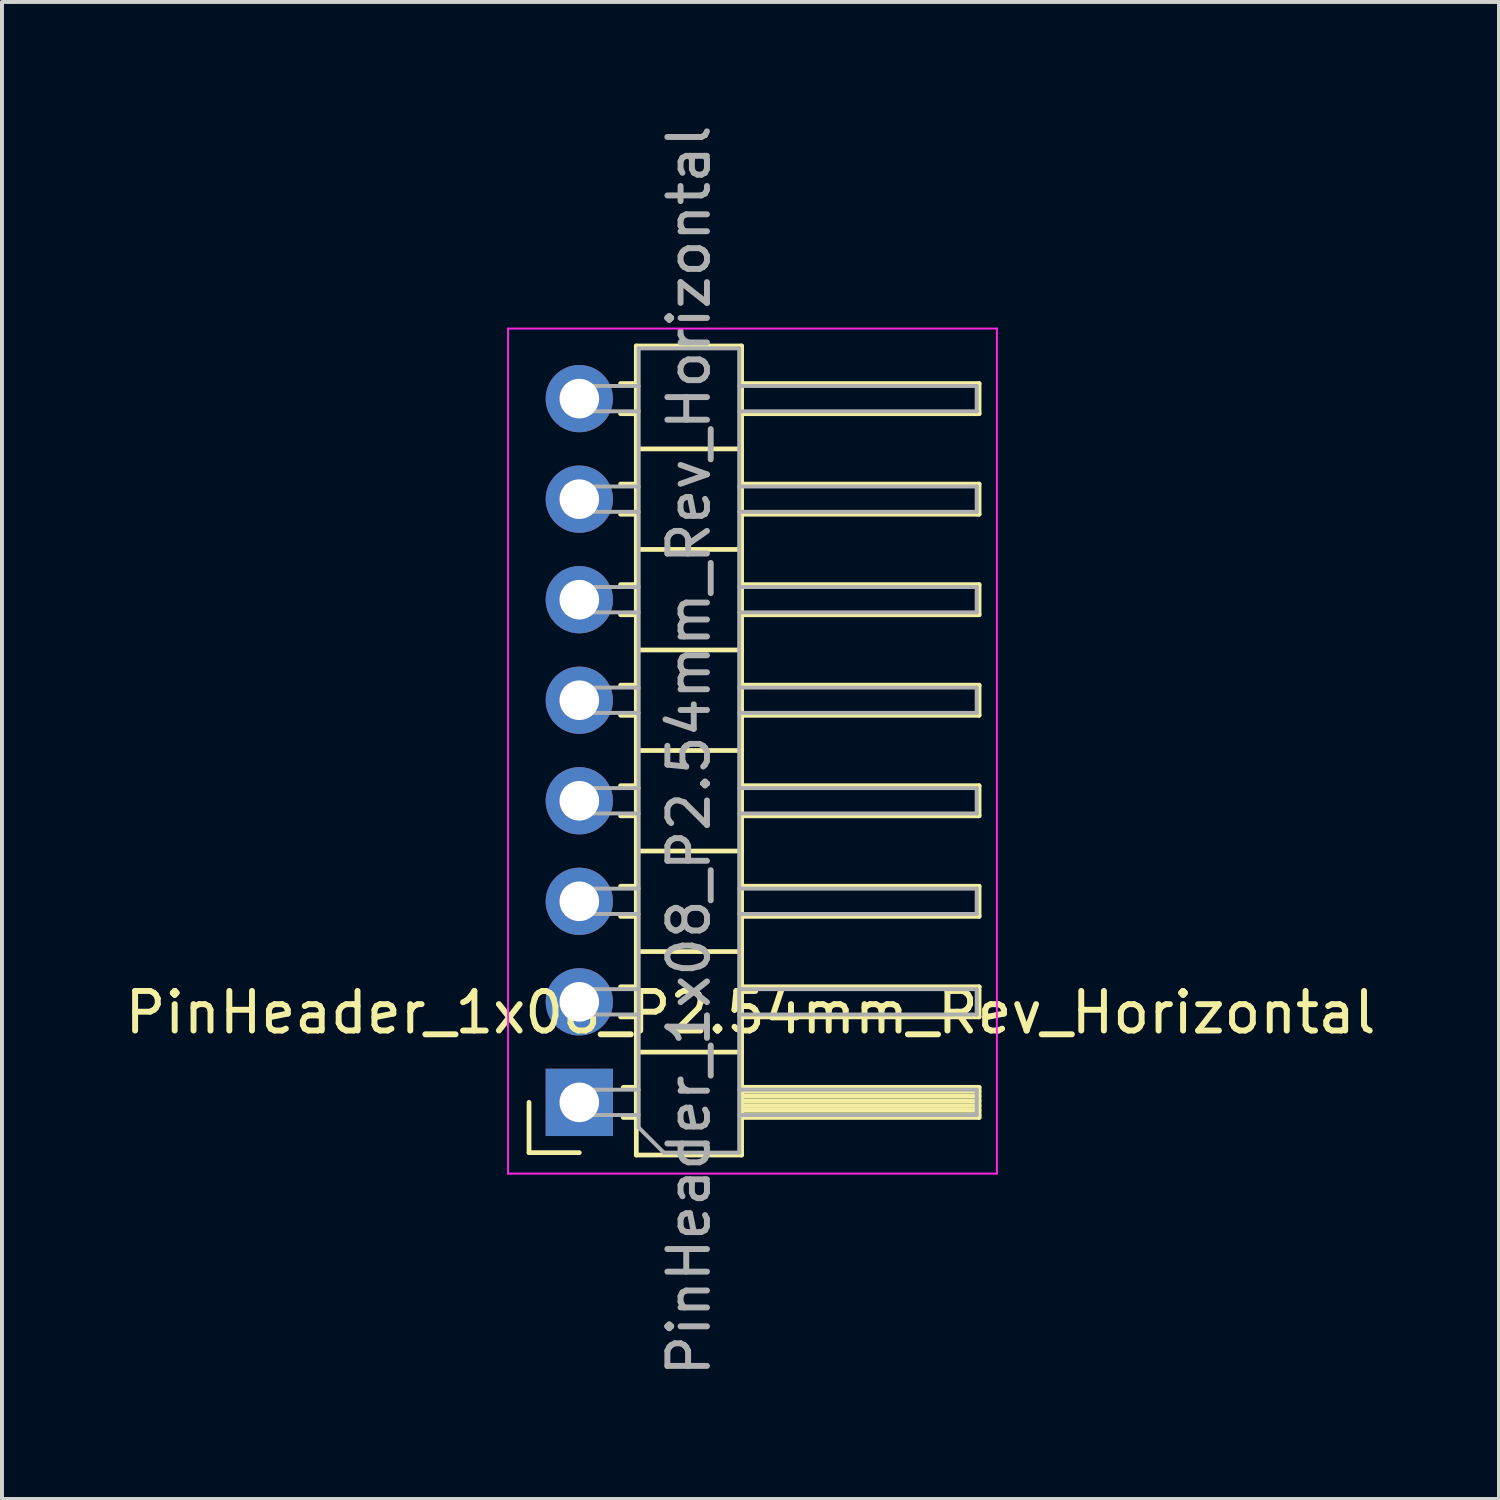
<source format=kicad_pcb>
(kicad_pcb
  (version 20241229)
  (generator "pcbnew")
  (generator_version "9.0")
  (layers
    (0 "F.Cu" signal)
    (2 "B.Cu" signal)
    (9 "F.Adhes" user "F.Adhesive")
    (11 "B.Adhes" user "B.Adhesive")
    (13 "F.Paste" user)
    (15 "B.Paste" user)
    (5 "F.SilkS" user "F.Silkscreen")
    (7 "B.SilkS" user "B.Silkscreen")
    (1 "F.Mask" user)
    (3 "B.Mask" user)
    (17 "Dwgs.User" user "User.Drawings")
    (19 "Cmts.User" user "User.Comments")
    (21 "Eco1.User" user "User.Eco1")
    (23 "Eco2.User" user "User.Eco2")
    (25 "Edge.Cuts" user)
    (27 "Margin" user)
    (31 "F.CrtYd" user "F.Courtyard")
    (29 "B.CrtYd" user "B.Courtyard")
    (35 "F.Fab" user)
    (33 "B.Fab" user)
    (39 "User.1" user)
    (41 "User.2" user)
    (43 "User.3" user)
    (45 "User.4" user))
  (footprint "PinHeader_1x08_P2.54mm_Rev_Horizontal"
    (layer "F.Cu")
    (at 11.566 6.961)
    (property "Reference" "PinHeader_1x08_P2.54mm_Rev_Horizontal" (at 4.345 15.57 0) (layer "F.SilkS") (effects (font (size 1 1) (thickness 0.15))))
    (attr through_hole)
    (fp_line (start -1.25 17.84) (end -1.25 19.11) (stroke (width 0.12) (type solid)) (layer "F.SilkS"))
    (fp_line (start -1.25 19.11) (end 0.02 19.11) (stroke (width 0.12) (type solid)) (layer "F.SilkS"))
    (fp_line (start 1.063 -0.32) (end 1.46 -0.32) (stroke (width 0.12) (type solid)) (layer "F.SilkS"))
    (fp_line (start 1.063 0.44) (end 1.46 0.44) (stroke (width 0.12) (type solid)) (layer "F.SilkS"))
    (fp_line (start 1.063 2.22) (end 1.46 2.22) (stroke (width 0.12) (type solid)) (layer "F.SilkS"))
    (fp_line (start 1.063 2.98) (end 1.46 2.98) (stroke (width 0.12) (type solid)) (layer "F.SilkS"))
    (fp_line (start 1.063 4.76) (end 1.46 4.76) (stroke (width 0.12) (type solid)) (layer "F.SilkS"))
    (fp_line (start 1.063 5.52) (end 1.46 5.52) (stroke (width 0.12) (type solid)) (layer "F.SilkS"))
    (fp_line (start 1.063 7.3) (end 1.46 7.3) (stroke (width 0.12) (type solid)) (layer "F.SilkS"))
    (fp_line (start 1.063 8.06) (end 1.46 8.06) (stroke (width 0.12) (type solid)) (layer "F.SilkS"))
    (fp_line (start 1.063 9.84) (end 1.46 9.84) (stroke (width 0.12) (type solid)) (layer "F.SilkS"))
    (fp_line (start 1.063 10.6) (end 1.46 10.6) (stroke (width 0.12) (type solid)) (layer "F.SilkS"))
    (fp_line (start 1.063 12.38) (end 1.46 12.38) (stroke (width 0.12) (type solid)) (layer "F.SilkS"))
    (fp_line (start 1.063 13.14) (end 1.46 13.14) (stroke (width 0.12) (type solid)) (layer "F.SilkS"))
    (fp_line (start 1.063 14.92) (end 1.46 14.92) (stroke (width 0.12) (type solid)) (layer "F.SilkS"))
    (fp_line (start 1.063 15.68) (end 1.46 15.68) (stroke (width 0.12) (type solid)) (layer "F.SilkS"))
    (fp_line (start 1.13 17.46) (end 1.46 17.46) (stroke (width 0.12) (type solid)) (layer "F.SilkS"))
    (fp_line (start 1.13 18.22) (end 1.46 18.22) (stroke (width 0.12) (type solid)) (layer "F.SilkS"))
    (fp_line (start 1.46 -1.27) (end 4.12 -1.27) (stroke (width 0.12) (type solid)) (layer "F.SilkS"))
    (fp_line (start 1.46 1.33) (end 4.12 1.33) (stroke (width 0.12) (type solid)) (layer "F.SilkS"))
    (fp_line (start 1.46 3.87) (end 4.12 3.87) (stroke (width 0.12) (type solid)) (layer "F.SilkS"))
    (fp_line (start 1.46 6.41) (end 4.12 6.41) (stroke (width 0.12) (type solid)) (layer "F.SilkS"))
    (fp_line (start 1.46 8.95) (end 4.12 8.95) (stroke (width 0.12) (type solid)) (layer "F.SilkS"))
    (fp_line (start 1.46 11.49) (end 4.12 11.49) (stroke (width 0.12) (type solid)) (layer "F.SilkS"))
    (fp_line (start 1.46 14.03) (end 4.12 14.03) (stroke (width 0.12) (type solid)) (layer "F.SilkS"))
    (fp_line (start 1.46 16.57) (end 4.12 16.57) (stroke (width 0.12) (type solid)) (layer "F.SilkS"))
    (fp_line (start 1.46 19.17) (end 1.46 -1.27) (stroke (width 0.12) (type solid)) (layer "F.SilkS"))
    (fp_line (start 4.12 -1.27) (end 4.12 19.17) (stroke (width 0.12) (type solid)) (layer "F.SilkS"))
    (fp_line (start 4.12 0.44) (end 10.12 0.44) (stroke (width 0.12) (type solid)) (layer "F.SilkS"))
    (fp_line (start 4.12 2.98) (end 10.12 2.98) (stroke (width 0.12) (type solid)) (layer "F.SilkS"))
    (fp_line (start 4.12 5.52) (end 10.12 5.52) (stroke (width 0.12) (type solid)) (layer "F.SilkS"))
    (fp_line (start 4.12 8.06) (end 10.12 8.06) (stroke (width 0.12) (type solid)) (layer "F.SilkS"))
    (fp_line (start 4.12 10.6) (end 10.12 10.6) (stroke (width 0.12) (type solid)) (layer "F.SilkS"))
    (fp_line (start 4.12 13.14) (end 10.12 13.14) (stroke (width 0.12) (type solid)) (layer "F.SilkS"))
    (fp_line (start 4.12 15.68) (end 10.12 15.68) (stroke (width 0.12) (type solid)) (layer "F.SilkS"))
    (fp_line (start 4.12 17.56) (end 10.12 17.56) (stroke (width 0.12) (type solid)) (layer "F.SilkS"))
    (fp_line (start 4.12 17.68) (end 10.12 17.68) (stroke (width 0.12) (type solid)) (layer "F.SilkS"))
    (fp_line (start 4.12 17.8) (end 10.12 17.8) (stroke (width 0.12) (type solid)) (layer "F.SilkS"))
    (fp_line (start 4.12 17.92) (end 10.12 17.92) (stroke (width 0.12) (type solid)) (layer "F.SilkS"))
    (fp_line (start 4.12 18.04) (end 10.12 18.04) (stroke (width 0.12) (type solid)) (layer "F.SilkS"))
    (fp_line (start 4.12 18.16) (end 10.12 18.16) (stroke (width 0.12) (type solid)) (layer "F.SilkS"))
    (fp_line (start 4.12 18.22) (end 10.12 18.22) (stroke (width 0.12) (type solid)) (layer "F.SilkS"))
    (fp_line (start 4.12 19.17) (end 1.46 19.17) (stroke (width 0.12) (type solid)) (layer "F.SilkS"))
    (fp_line (start 10.12 -0.32) (end 4.12 -0.32) (stroke (width 0.12) (type solid)) (layer "F.SilkS"))
    (fp_line (start 10.12 0.44) (end 10.12 -0.32) (stroke (width 0.12) (type solid)) (layer "F.SilkS"))
    (fp_line (start 10.12 2.22) (end 4.12 2.22) (stroke (width 0.12) (type solid)) (layer "F.SilkS"))
    (fp_line (start 10.12 2.98) (end 10.12 2.22) (stroke (width 0.12) (type solid)) (layer "F.SilkS"))
    (fp_line (start 10.12 4.76) (end 4.12 4.76) (stroke (width 0.12) (type solid)) (layer "F.SilkS"))
    (fp_line (start 10.12 5.52) (end 10.12 4.76) (stroke (width 0.12) (type solid)) (layer "F.SilkS"))
    (fp_line (start 10.12 7.3) (end 4.12 7.3) (stroke (width 0.12) (type solid)) (layer "F.SilkS"))
    (fp_line (start 10.12 8.06) (end 10.12 7.3) (stroke (width 0.12) (type solid)) (layer "F.SilkS"))
    (fp_line (start 10.12 9.84) (end 4.12 9.84) (stroke (width 0.12) (type solid)) (layer "F.SilkS"))
    (fp_line (start 10.12 10.6) (end 10.12 9.84) (stroke (width 0.12) (type solid)) (layer "F.SilkS"))
    (fp_line (start 10.12 12.38) (end 4.12 12.38) (stroke (width 0.12) (type solid)) (layer "F.SilkS"))
    (fp_line (start 10.12 13.14) (end 10.12 12.38) (stroke (width 0.12) (type solid)) (layer "F.SilkS"))
    (fp_line (start 10.12 14.92) (end 4.12 14.92) (stroke (width 0.12) (type solid)) (layer "F.SilkS"))
    (fp_line (start 10.12 15.68) (end 10.12 14.92) (stroke (width 0.12) (type solid)) (layer "F.SilkS"))
    (fp_line (start 10.12 17.46) (end 4.12 17.46) (stroke (width 0.12) (type solid)) (layer "F.SilkS"))
    (fp_line (start 10.12 18.22) (end 10.12 17.46) (stroke (width 0.12) (type solid)) (layer "F.SilkS"))
    (fp_line (start -1.78 -1.71) (end 10.57 -1.71) (stroke (width 0.05) (type solid)) (layer "F.CrtYd"))
    (fp_line (start -1.78 19.64) (end -1.78 -1.71) (stroke (width 0.05) (type solid)) (layer "F.CrtYd"))
    (fp_line (start 10.57 -1.71) (end 10.57 19.64) (stroke (width 0.05) (type solid)) (layer "F.CrtYd"))
    (fp_line (start 10.57 19.64) (end -1.78 19.64) (stroke (width 0.05) (type solid)) (layer "F.CrtYd"))
    (fp_line (start -0.3 -0.26) (end 1.52 -0.26) (stroke (width 0.1) (type solid)) (layer "F.Fab"))
    (fp_line (start -0.3 0.38) (end -0.3 -0.26) (stroke (width 0.1) (type solid)) (layer "F.Fab"))
    (fp_line (start -0.3 0.38) (end 1.52 0.38) (stroke (width 0.1) (type solid)) (layer "F.Fab"))
    (fp_line (start -0.3 2.28) (end 1.52 2.28) (stroke (width 0.1) (type solid)) (layer "F.Fab"))
    (fp_line (start -0.3 2.92) (end -0.3 2.28) (stroke (width 0.1) (type solid)) (layer "F.Fab"))
    (fp_line (start -0.3 2.92) (end 1.52 2.92) (stroke (width 0.1) (type solid)) (layer "F.Fab"))
    (fp_line (start -0.3 4.82) (end 1.52 4.82) (stroke (width 0.1) (type solid)) (layer "F.Fab"))
    (fp_line (start -0.3 5.46) (end -0.3 4.82) (stroke (width 0.1) (type solid)) (layer "F.Fab"))
    (fp_line (start -0.3 5.46) (end 1.52 5.46) (stroke (width 0.1) (type solid)) (layer "F.Fab"))
    (fp_line (start -0.3 7.36) (end 1.52 7.36) (stroke (width 0.1) (type solid)) (layer "F.Fab"))
    (fp_line (start -0.3 8) (end -0.3 7.36) (stroke (width 0.1) (type solid)) (layer "F.Fab"))
    (fp_line (start -0.3 8) (end 1.52 8) (stroke (width 0.1) (type solid)) (layer "F.Fab"))
    (fp_line (start -0.3 9.9) (end 1.52 9.9) (stroke (width 0.1) (type solid)) (layer "F.Fab"))
    (fp_line (start -0.3 10.54) (end -0.3 9.9) (stroke (width 0.1) (type solid)) (layer "F.Fab"))
    (fp_line (start -0.3 10.54) (end 1.52 10.54) (stroke (width 0.1) (type solid)) (layer "F.Fab"))
    (fp_line (start -0.3 12.44) (end 1.52 12.44) (stroke (width 0.1) (type solid)) (layer "F.Fab"))
    (fp_line (start -0.3 13.08) (end -0.3 12.44) (stroke (width 0.1) (type solid)) (layer "F.Fab"))
    (fp_line (start -0.3 13.08) (end 1.52 13.08) (stroke (width 0.1) (type solid)) (layer "F.Fab"))
    (fp_line (start -0.3 14.98) (end 1.52 14.98) (stroke (width 0.1) (type solid)) (layer "F.Fab"))
    (fp_line (start -0.3 15.62) (end -0.3 14.98) (stroke (width 0.1) (type solid)) (layer "F.Fab"))
    (fp_line (start -0.3 15.62) (end 1.52 15.62) (stroke (width 0.1) (type solid)) (layer "F.Fab"))
    (fp_line (start -0.3 17.52) (end 1.52 17.52) (stroke (width 0.1) (type solid)) (layer "F.Fab"))
    (fp_line (start -0.3 18.16) (end -0.3 17.52) (stroke (width 0.1) (type solid)) (layer "F.Fab"))
    (fp_line (start -0.3 18.16) (end 1.52 18.16) (stroke (width 0.1) (type solid)) (layer "F.Fab"))
    (fp_line (start 1.52 -1.21) (end 1.52 18.475) (stroke (width 0.1) (type solid)) (layer "F.Fab"))
    (fp_line (start 1.52 18.475) (end 2.155 19.11) (stroke (width 0.1) (type solid)) (layer "F.Fab"))
    (fp_line (start 2.155 19.11) (end 4.06 19.11) (stroke (width 0.1) (type solid)) (layer "F.Fab"))
    (fp_line (start 4.06 -1.21) (end 1.52 -1.21) (stroke (width 0.1) (type solid)) (layer "F.Fab"))
    (fp_line (start 4.06 -0.26) (end 10.06 -0.26) (stroke (width 0.1) (type solid)) (layer "F.Fab"))
    (fp_line (start 4.06 0.38) (end 10.06 0.38) (stroke (width 0.1) (type solid)) (layer "F.Fab"))
    (fp_line (start 4.06 2.28) (end 10.06 2.28) (stroke (width 0.1) (type solid)) (layer "F.Fab"))
    (fp_line (start 4.06 2.92) (end 10.06 2.92) (stroke (width 0.1) (type solid)) (layer "F.Fab"))
    (fp_line (start 4.06 4.82) (end 10.06 4.82) (stroke (width 0.1) (type solid)) (layer "F.Fab"))
    (fp_line (start 4.06 5.46) (end 10.06 5.46) (stroke (width 0.1) (type solid)) (layer "F.Fab"))
    (fp_line (start 4.06 7.36) (end 10.06 7.36) (stroke (width 0.1) (type solid)) (layer "F.Fab"))
    (fp_line (start 4.06 8) (end 10.06 8) (stroke (width 0.1) (type solid)) (layer "F.Fab"))
    (fp_line (start 4.06 9.9) (end 10.06 9.9) (stroke (width 0.1) (type solid)) (layer "F.Fab"))
    (fp_line (start 4.06 10.54) (end 10.06 10.54) (stroke (width 0.1) (type solid)) (layer "F.Fab"))
    (fp_line (start 4.06 12.44) (end 10.06 12.44) (stroke (width 0.1) (type solid)) (layer "F.Fab"))
    (fp_line (start 4.06 13.08) (end 10.06 13.08) (stroke (width 0.1) (type solid)) (layer "F.Fab"))
    (fp_line (start 4.06 14.98) (end 10.06 14.98) (stroke (width 0.1) (type solid)) (layer "F.Fab"))
    (fp_line (start 4.06 15.62) (end 10.06 15.62) (stroke (width 0.1) (type solid)) (layer "F.Fab"))
    (fp_line (start 4.06 17.52) (end 10.06 17.52) (stroke (width 0.1) (type solid)) (layer "F.Fab"))
    (fp_line (start 4.06 18.16) (end 10.06 18.16) (stroke (width 0.1) (type solid)) (layer "F.Fab"))
    (fp_line (start 4.06 19.11) (end 4.06 -1.21) (stroke (width 0.1) (type solid)) (layer "F.Fab"))
    (fp_line (start 10.06 0.38) (end 10.06 -0.26) (stroke (width 0.1) (type solid)) (layer "F.Fab"))
    (fp_line (start 10.06 2.92) (end 10.06 2.28) (stroke (width 0.1) (type solid)) (layer "F.Fab"))
    (fp_line (start 10.06 5.46) (end 10.06 4.82) (stroke (width 0.1) (type solid)) (layer "F.Fab"))
    (fp_line (start 10.06 8) (end 10.06 7.36) (stroke (width 0.1) (type solid)) (layer "F.Fab"))
    (fp_line (start 10.06 10.54) (end 10.06 9.9) (stroke (width 0.1) (type solid)) (layer "F.Fab"))
    (fp_line (start 10.06 13.08) (end 10.06 12.44) (stroke (width 0.1) (type solid)) (layer "F.Fab"))
    (fp_line (start 10.06 15.62) (end 10.06 14.98) (stroke (width 0.1) (type solid)) (layer "F.Fab"))
    (fp_line (start 10.06 18.16) (end 10.06 17.52) (stroke (width 0.1) (type solid)) (layer "F.Fab"))
    (fp_text user "${REFERENCE}" (at 2.79 8.95 90) (layer "F.Fab") (effects (font (size 1 1) (thickness 0.15))))
    (pad "1" thru_hole rect (at 0.02 17.84) (size 1.7 1.7) (drill 1) (layers "*.Cu" "*.Mask"))
    (pad "2" thru_hole oval (at 0.02 15.3) (size 1.7 1.7) (drill 1) (layers "*.Cu" "*.Mask"))
    (pad "3" thru_hole oval (at 0.02 12.76) (size 1.7 1.7) (drill 1) (layers "*.Cu" "*.Mask"))
    (pad "4" thru_hole oval (at 0.02 10.22) (size 1.7 1.7) (drill 1) (layers "*.Cu" "*.Mask"))
    (pad "5" thru_hole oval (at 0.02 7.68) (size 1.7 1.7) (drill 1) (layers "*.Cu" "*.Mask"))
    (pad "6" thru_hole oval (at 0.02 5.14) (size 1.7 1.7) (drill 1) (layers "*.Cu" "*.Mask"))
    (pad "7" thru_hole oval (at 0.02 2.6) (size 1.7 1.7) (drill 1) (layers "*.Cu" "*.Mask"))
    (pad "8" thru_hole oval (at 0.02 0.06) (size 1.7 1.7) (drill 1) (layers "*.Cu" "*.Mask")))
  (gr_rect
    (start -3 -3)
    (end 34.821 34.821)
    (stroke (width 0.1) (type default))
    (fill no)
    (layer "Edge.Cuts")))
</source>
